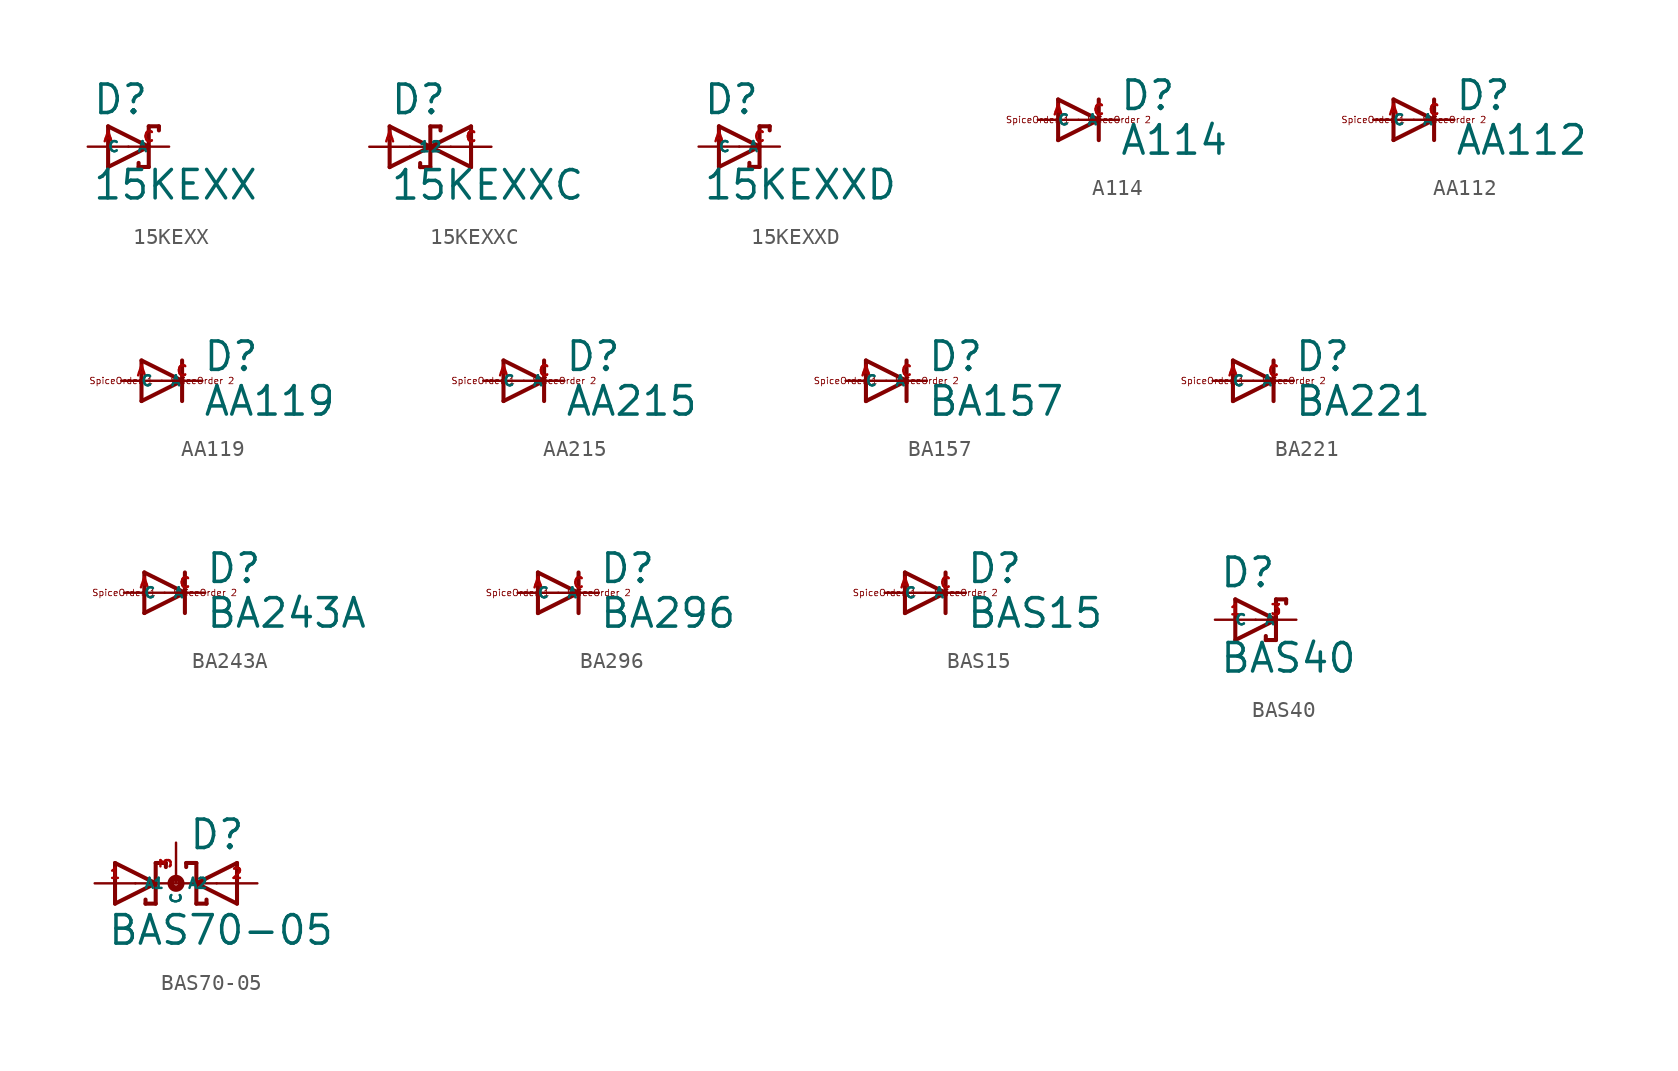
<source format=kicad_sym>
(kicad_symbol_lib
  (version 20220914)
  (generator Eagle2Kicad)
  (symbol "15KEXX"
    (property "Reference" "D"
      (at -2.286 1.905 0)
      (effects (font (size 1.778 1.778) (thickness 0.22)) (justify left bottom)))
    (property "Value" "15KEXX"
      (at -2.286 -3.429 0)
      (effects (font (size 1.778 1.778) (thickness 0.22)) (justify left bottom)))
    (polyline
      (pts (xy -1.27 -1.27) (xy 1.27 0))
      (stroke (width 0.254) (type default))
      (fill (type none)))
    (polyline
      (pts (xy 1.27 0) (xy -1.27 1.27))
      (stroke (width 0.254) (type default))
      (fill (type none)))
    (polyline
      (pts (xy 1.905 1.27) (xy 1.27 1.27))
      (stroke (width 0.254) (type default))
      (fill (type none)))
    (polyline
      (pts (xy 1.27 1.27) (xy 1.27 0))
      (stroke (width 0.254) (type default))
      (fill (type none)))
    (polyline
      (pts (xy -1.27 1.27) (xy -1.27 -1.27))
      (stroke (width 0.254) (type default))
      (fill (type none)))
    (polyline
      (pts (xy 1.27 0) (xy 1.27 -1.27))
      (stroke (width 0.254) (type default))
      (fill (type none)))
    (polyline
      (pts (xy 1.905 1.27) (xy 1.905 1.016))
      (stroke (width 0.254) (type default))
      (fill (type none)))
    (polyline
      (pts (xy 1.27 -1.27) (xy 0.635 -1.27))
      (stroke (width 0.254) (type default))
      (fill (type none)))
    (polyline
      (pts (xy 0.635 -1.016) (xy 0.635 -1.27))
      (stroke (width 0.254) (type default))
      (fill (type none)))
    (pin passive line
      (at -2.54 0 0)
      (length 2.54)
      (name "A" (effects (font (size 0.635 0.635) (thickness 0.08)) (justify left bottom)))
      (number "A" (effects (font (size 0.635 0.635) (thickness 0.08)) (justify left bottom))))
    (pin passive line
      (at 2.54 0 180)
      (length 2.54)
      (name "C" (effects (font (size 0.635 0.635) (thickness 0.08)) (justify left bottom)))
      (number "C" (effects (font (size 0.635 0.635) (thickness 0.08)) (justify left bottom)))))
  (symbol "15KEXXC"
    (property "Reference" "D"
      (at -1.27 1.905 0)
      (effects (font (size 1.778 1.778) (thickness 0.22)) (justify left bottom)))
    (property "Value" "15KEXXC"
      (at -1.27 -3.429 0)
      (effects (font (size 1.778 1.778) (thickness 0.22)) (justify left bottom)))
    (polyline
      (pts (xy -1.27 -1.27) (xy 1.27 0))
      (stroke (width 0.254) (type default))
      (fill (type none)))
    (polyline
      (pts (xy 1.27 0) (xy -1.27 1.27))
      (stroke (width 0.254) (type default))
      (fill (type none)))
    (polyline
      (pts (xy 1.905 1.27) (xy 1.27 1.27))
      (stroke (width 0.254) (type default))
      (fill (type none)))
    (polyline
      (pts (xy 1.27 1.27) (xy 1.27 0))
      (stroke (width 0.254) (type default))
      (fill (type none)))
    (polyline
      (pts (xy 0 0) (xy 1.27 0))
      (stroke (width 0.152) (type default))
      (fill (type none)))
    (polyline
      (pts (xy -1.27 1.27) (xy -1.27 -1.27))
      (stroke (width 0.254) (type default))
      (fill (type none)))
    (polyline
      (pts (xy 1.27 0) (xy 1.27 -1.27))
      (stroke (width 0.254) (type default))
      (fill (type none)))
    (polyline
      (pts (xy 1.27 -1.27) (xy 0.635 -1.27))
      (stroke (width 0.254) (type default))
      (fill (type none)))
    (polyline
      (pts (xy 3.81 1.27) (xy 3.81 -1.27))
      (stroke (width 0.254) (type default))
      (fill (type none)))
    (polyline
      (pts (xy 3.81 -1.27) (xy 1.27 0))
      (stroke (width 0.254) (type default))
      (fill (type none)))
    (polyline
      (pts (xy 1.27 0) (xy 3.81 1.27))
      (stroke (width 0.254) (type default))
      (fill (type none)))
    (polyline
      (pts (xy 1.27 0) (xy 2.54 0))
      (stroke (width 0.152) (type default))
      (fill (type none)))
    (polyline
      (pts (xy 1.905 1.27) (xy 1.905 1.016))
      (stroke (width 0.254) (type default))
      (fill (type none)))
    (polyline
      (pts (xy 0.635 -1.016) (xy 0.635 -1.27))
      (stroke (width 0.254) (type default))
      (fill (type none)))
    (pin passive line
      (at -2.54 0 0)
      (length 2.54)
      (name "1" (effects (font (size 0.635 0.635) (thickness 0.08)) (justify left bottom)))
      (number "A" (effects (font (size 0.635 0.635) (thickness 0.08)) (justify left bottom))))
    (pin passive line
      (at 5.08 0 180)
      (length 2.54)
      (name "2" (effects (font (size 0.635 0.635) (thickness 0.08)) (justify left bottom)))
      (number "C" (effects (font (size 0.635 0.635) (thickness 0.08)) (justify left bottom)))))
  (symbol "15KEXXD"
    (property "Reference" "D"
      (at -2.286 1.905 0)
      (effects (font (size 1.778 1.778) (thickness 0.22)) (justify left bottom)))
    (property "Value" "15KEXXD"
      (at -2.286 -3.429 0)
      (effects (font (size 1.778 1.778) (thickness 0.22)) (justify left bottom)))
    (polyline
      (pts (xy -1.27 -1.27) (xy 1.27 0))
      (stroke (width 0.254) (type default))
      (fill (type none)))
    (polyline
      (pts (xy 1.27 0) (xy -1.27 1.27))
      (stroke (width 0.254) (type default))
      (fill (type none)))
    (polyline
      (pts (xy 1.905 1.27) (xy 1.27 1.27))
      (stroke (width 0.254) (type default))
      (fill (type none)))
    (polyline
      (pts (xy 1.27 1.27) (xy 1.27 0))
      (stroke (width 0.254) (type default))
      (fill (type none)))
    (polyline
      (pts (xy -1.27 1.27) (xy -1.27 -1.27))
      (stroke (width 0.254) (type default))
      (fill (type none)))
    (polyline
      (pts (xy 1.27 0) (xy 1.27 -1.27))
      (stroke (width 0.254) (type default))
      (fill (type none)))
    (polyline
      (pts (xy 1.905 1.27) (xy 1.905 1.016))
      (stroke (width 0.254) (type default))
      (fill (type none)))
    (polyline
      (pts (xy 1.27 -1.27) (xy 0.635 -1.27))
      (stroke (width 0.254) (type default))
      (fill (type none)))
    (polyline
      (pts (xy 0.635 -1.016) (xy 0.635 -1.27))
      (stroke (width 0.254) (type default))
      (fill (type none)))
    (pin passive line
      (at -2.54 0 0)
      (length 2.54)
      (name "A" (effects (font (size 0.635 0.635) (thickness 0.08)) (justify left bottom)))
      (number "A" (effects (font (size 0.635 0.635) (thickness 0.08)) (justify left bottom))))
    (pin passive line
      (at 2.54 0 180)
      (length 2.54)
      (name "C" (effects (font (size 0.635 0.635) (thickness 0.08)) (justify left bottom)))
      (number "C" (effects (font (size 0.635 0.635) (thickness 0.08)) (justify left bottom)))))
  (symbol "A114"
    (property "Reference" "D"
      (at 2.54 0.483 0)
      (effects (font (size 1.778 1.778) (thickness 0.22)) (justify left bottom)))
    (property "Value" "A114"
      (at 2.54 -2.311 0)
      (effects (font (size 1.778 1.778) (thickness 0.22)) (justify left bottom)))
    (polyline
      (pts (xy -1.27 -1.27) (xy 1.27 0))
      (stroke (width 0.254) (type default))
      (fill (type none)))
    (polyline
      (pts (xy 1.27 0) (xy -1.27 1.27))
      (stroke (width 0.254) (type default))
      (fill (type none)))
    (polyline
      (pts (xy 1.27 1.27) (xy 1.27 0))
      (stroke (width 0.254) (type default))
      (fill (type none)))
    (polyline
      (pts (xy -1.27 1.27) (xy -1.27 -1.27))
      (stroke (width 0.254) (type default))
      (fill (type none)))
    (polyline
      (pts (xy 1.27 0) (xy 1.27 -1.27))
      (stroke (width 0.254) (type default))
      (fill (type none)))
    (text "SpiceOrder 1"
      (at -2.54 0 0)
      (effects (font (size 0.406 0.406) (thickness 0.05))))
    (text "SpiceOrder 2"
      (at 2.54 0 0)
      (effects (font (size 0.406 0.406) (thickness 0.05))))
    (pin passive line
      (at -2.54 0 0)
      (length 2.54)
      (name "A" (effects (font (size 0.635 0.635) (thickness 0.08)) (justify left bottom)))
      (number "A" (effects (font (size 0.635 0.635) (thickness 0.08)) (justify left bottom))))
    (pin passive line
      (at 2.54 0 180)
      (length 2.54)
      (name "C" (effects (font (size 0.635 0.635) (thickness 0.08)) (justify left bottom)))
      (number "C" (effects (font (size 0.635 0.635) (thickness 0.08)) (justify left bottom)))))
  (symbol "AA112"
    (property "Reference" "D"
      (at 2.54 0.483 0)
      (effects (font (size 1.778 1.778) (thickness 0.22)) (justify left bottom)))
    (property "Value" "AA112"
      (at 2.54 -2.311 0)
      (effects (font (size 1.778 1.778) (thickness 0.22)) (justify left bottom)))
    (polyline
      (pts (xy -1.27 -1.27) (xy 1.27 0))
      (stroke (width 0.254) (type default))
      (fill (type none)))
    (polyline
      (pts (xy 1.27 0) (xy -1.27 1.27))
      (stroke (width 0.254) (type default))
      (fill (type none)))
    (polyline
      (pts (xy 1.27 1.27) (xy 1.27 0))
      (stroke (width 0.254) (type default))
      (fill (type none)))
    (polyline
      (pts (xy -1.27 1.27) (xy -1.27 -1.27))
      (stroke (width 0.254) (type default))
      (fill (type none)))
    (polyline
      (pts (xy 1.27 0) (xy 1.27 -1.27))
      (stroke (width 0.254) (type default))
      (fill (type none)))
    (text "SpiceOrder 1"
      (at -2.54 0 0)
      (effects (font (size 0.406 0.406) (thickness 0.05))))
    (text "SpiceOrder 2"
      (at 2.54 0 0)
      (effects (font (size 0.406 0.406) (thickness 0.05))))
    (pin passive line
      (at -2.54 0 0)
      (length 2.54)
      (name "A" (effects (font (size 0.635 0.635) (thickness 0.08)) (justify left bottom)))
      (number "A" (effects (font (size 0.635 0.635) (thickness 0.08)) (justify left bottom))))
    (pin passive line
      (at 2.54 0 180)
      (length 2.54)
      (name "C" (effects (font (size 0.635 0.635) (thickness 0.08)) (justify left bottom)))
      (number "C" (effects (font (size 0.635 0.635) (thickness 0.08)) (justify left bottom)))))
  (symbol "AA119"
    (property "Reference" "D"
      (at 2.54 0.483 0)
      (effects (font (size 1.778 1.778) (thickness 0.22)) (justify left bottom)))
    (property "Value" "AA119"
      (at 2.54 -2.311 0)
      (effects (font (size 1.778 1.778) (thickness 0.22)) (justify left bottom)))
    (polyline
      (pts (xy -1.27 -1.27) (xy 1.27 0))
      (stroke (width 0.254) (type default))
      (fill (type none)))
    (polyline
      (pts (xy 1.27 0) (xy -1.27 1.27))
      (stroke (width 0.254) (type default))
      (fill (type none)))
    (polyline
      (pts (xy 1.27 1.27) (xy 1.27 0))
      (stroke (width 0.254) (type default))
      (fill (type none)))
    (polyline
      (pts (xy -1.27 1.27) (xy -1.27 -1.27))
      (stroke (width 0.254) (type default))
      (fill (type none)))
    (polyline
      (pts (xy 1.27 0) (xy 1.27 -1.27))
      (stroke (width 0.254) (type default))
      (fill (type none)))
    (text "SpiceOrder 1"
      (at -2.54 0 0)
      (effects (font (size 0.406 0.406) (thickness 0.05))))
    (text "SpiceOrder 2"
      (at 2.54 0 0)
      (effects (font (size 0.406 0.406) (thickness 0.05))))
    (pin passive line
      (at -2.54 0 0)
      (length 2.54)
      (name "A" (effects (font (size 0.635 0.635) (thickness 0.08)) (justify left bottom)))
      (number "A" (effects (font (size 0.635 0.635) (thickness 0.08)) (justify left bottom))))
    (pin passive line
      (at 2.54 0 180)
      (length 2.54)
      (name "C" (effects (font (size 0.635 0.635) (thickness 0.08)) (justify left bottom)))
      (number "C" (effects (font (size 0.635 0.635) (thickness 0.08)) (justify left bottom)))))
  (symbol "AA215"
    (property "Reference" "D"
      (at 2.54 0.483 0)
      (effects (font (size 1.778 1.778) (thickness 0.22)) (justify left bottom)))
    (property "Value" "AA215"
      (at 2.54 -2.311 0)
      (effects (font (size 1.778 1.778) (thickness 0.22)) (justify left bottom)))
    (polyline
      (pts (xy -1.27 -1.27) (xy 1.27 0))
      (stroke (width 0.254) (type default))
      (fill (type none)))
    (polyline
      (pts (xy 1.27 0) (xy -1.27 1.27))
      (stroke (width 0.254) (type default))
      (fill (type none)))
    (polyline
      (pts (xy 1.27 1.27) (xy 1.27 0))
      (stroke (width 0.254) (type default))
      (fill (type none)))
    (polyline
      (pts (xy -1.27 1.27) (xy -1.27 -1.27))
      (stroke (width 0.254) (type default))
      (fill (type none)))
    (polyline
      (pts (xy 1.27 0) (xy 1.27 -1.27))
      (stroke (width 0.254) (type default))
      (fill (type none)))
    (text "SpiceOrder 1"
      (at -2.54 0 0)
      (effects (font (size 0.406 0.406) (thickness 0.05))))
    (text "SpiceOrder 2"
      (at 2.54 0 0)
      (effects (font (size 0.406 0.406) (thickness 0.05))))
    (pin passive line
      (at -2.54 0 0)
      (length 2.54)
      (name "A" (effects (font (size 0.635 0.635) (thickness 0.08)) (justify left bottom)))
      (number "A" (effects (font (size 0.635 0.635) (thickness 0.08)) (justify left bottom))))
    (pin passive line
      (at 2.54 0 180)
      (length 2.54)
      (name "C" (effects (font (size 0.635 0.635) (thickness 0.08)) (justify left bottom)))
      (number "C" (effects (font (size 0.635 0.635) (thickness 0.08)) (justify left bottom)))))
  (symbol "BA157"
    (property "Reference" "D"
      (at 2.54 0.483 0)
      (effects (font (size 1.778 1.778) (thickness 0.22)) (justify left bottom)))
    (property "Value" "BA157"
      (at 2.54 -2.311 0)
      (effects (font (size 1.778 1.778) (thickness 0.22)) (justify left bottom)))
    (polyline
      (pts (xy -1.27 -1.27) (xy 1.27 0))
      (stroke (width 0.254) (type default))
      (fill (type none)))
    (polyline
      (pts (xy 1.27 0) (xy -1.27 1.27))
      (stroke (width 0.254) (type default))
      (fill (type none)))
    (polyline
      (pts (xy 1.27 1.27) (xy 1.27 0))
      (stroke (width 0.254) (type default))
      (fill (type none)))
    (polyline
      (pts (xy -1.27 1.27) (xy -1.27 -1.27))
      (stroke (width 0.254) (type default))
      (fill (type none)))
    (polyline
      (pts (xy 1.27 0) (xy 1.27 -1.27))
      (stroke (width 0.254) (type default))
      (fill (type none)))
    (text "SpiceOrder 1"
      (at -2.54 0 0)
      (effects (font (size 0.406 0.406) (thickness 0.05))))
    (text "SpiceOrder 2"
      (at 2.54 0 0)
      (effects (font (size 0.406 0.406) (thickness 0.05))))
    (pin passive line
      (at -2.54 0 0)
      (length 2.54)
      (name "A" (effects (font (size 0.635 0.635) (thickness 0.08)) (justify left bottom)))
      (number "A" (effects (font (size 0.635 0.635) (thickness 0.08)) (justify left bottom))))
    (pin passive line
      (at 2.54 0 180)
      (length 2.54)
      (name "C" (effects (font (size 0.635 0.635) (thickness 0.08)) (justify left bottom)))
      (number "C" (effects (font (size 0.635 0.635) (thickness 0.08)) (justify left bottom)))))
  (symbol "BA221"
    (property "Reference" "D"
      (at 2.54 0.483 0)
      (effects (font (size 1.778 1.778) (thickness 0.22)) (justify left bottom)))
    (property "Value" "BA221"
      (at 2.54 -2.311 0)
      (effects (font (size 1.778 1.778) (thickness 0.22)) (justify left bottom)))
    (polyline
      (pts (xy -1.27 -1.27) (xy 1.27 0))
      (stroke (width 0.254) (type default))
      (fill (type none)))
    (polyline
      (pts (xy 1.27 0) (xy -1.27 1.27))
      (stroke (width 0.254) (type default))
      (fill (type none)))
    (polyline
      (pts (xy 1.27 1.27) (xy 1.27 0))
      (stroke (width 0.254) (type default))
      (fill (type none)))
    (polyline
      (pts (xy -1.27 1.27) (xy -1.27 -1.27))
      (stroke (width 0.254) (type default))
      (fill (type none)))
    (polyline
      (pts (xy 1.27 0) (xy 1.27 -1.27))
      (stroke (width 0.254) (type default))
      (fill (type none)))
    (text "SpiceOrder 1"
      (at -2.54 0 0)
      (effects (font (size 0.406 0.406) (thickness 0.05))))
    (text "SpiceOrder 2"
      (at 2.54 0 0)
      (effects (font (size 0.406 0.406) (thickness 0.05))))
    (pin passive line
      (at -2.54 0 0)
      (length 2.54)
      (name "A" (effects (font (size 0.635 0.635) (thickness 0.08)) (justify left bottom)))
      (number "A" (effects (font (size 0.635 0.635) (thickness 0.08)) (justify left bottom))))
    (pin passive line
      (at 2.54 0 180)
      (length 2.54)
      (name "C" (effects (font (size 0.635 0.635) (thickness 0.08)) (justify left bottom)))
      (number "C" (effects (font (size 0.635 0.635) (thickness 0.08)) (justify left bottom)))))
  (symbol "BA243A"
    (property "Reference" "D"
      (at 2.54 0.483 0)
      (effects (font (size 1.778 1.778) (thickness 0.22)) (justify left bottom)))
    (property "Value" "BA243A"
      (at 2.54 -2.311 0)
      (effects (font (size 1.778 1.778) (thickness 0.22)) (justify left bottom)))
    (polyline
      (pts (xy -1.27 -1.27) (xy 1.27 0))
      (stroke (width 0.254) (type default))
      (fill (type none)))
    (polyline
      (pts (xy 1.27 0) (xy -1.27 1.27))
      (stroke (width 0.254) (type default))
      (fill (type none)))
    (polyline
      (pts (xy 1.27 1.27) (xy 1.27 0))
      (stroke (width 0.254) (type default))
      (fill (type none)))
    (polyline
      (pts (xy -1.27 1.27) (xy -1.27 -1.27))
      (stroke (width 0.254) (type default))
      (fill (type none)))
    (polyline
      (pts (xy 1.27 0) (xy 1.27 -1.27))
      (stroke (width 0.254) (type default))
      (fill (type none)))
    (text "SpiceOrder 1"
      (at -2.54 0 0)
      (effects (font (size 0.406 0.406) (thickness 0.05))))
    (text "SpiceOrder 2"
      (at 2.54 0 0)
      (effects (font (size 0.406 0.406) (thickness 0.05))))
    (pin passive line
      (at -2.54 0 0)
      (length 2.54)
      (name "A" (effects (font (size 0.635 0.635) (thickness 0.08)) (justify left bottom)))
      (number "A" (effects (font (size 0.635 0.635) (thickness 0.08)) (justify left bottom))))
    (pin passive line
      (at 2.54 0 180)
      (length 2.54)
      (name "C" (effects (font (size 0.635 0.635) (thickness 0.08)) (justify left bottom)))
      (number "C" (effects (font (size 0.635 0.635) (thickness 0.08)) (justify left bottom)))))
  (symbol "BA296"
    (property "Reference" "D"
      (at 2.54 0.483 0)
      (effects (font (size 1.778 1.778) (thickness 0.22)) (justify left bottom)))
    (property "Value" "BA296"
      (at 2.54 -2.311 0)
      (effects (font (size 1.778 1.778) (thickness 0.22)) (justify left bottom)))
    (polyline
      (pts (xy -1.27 -1.27) (xy 1.27 0))
      (stroke (width 0.254) (type default))
      (fill (type none)))
    (polyline
      (pts (xy 1.27 0) (xy -1.27 1.27))
      (stroke (width 0.254) (type default))
      (fill (type none)))
    (polyline
      (pts (xy 1.27 1.27) (xy 1.27 0))
      (stroke (width 0.254) (type default))
      (fill (type none)))
    (polyline
      (pts (xy -1.27 1.27) (xy -1.27 -1.27))
      (stroke (width 0.254) (type default))
      (fill (type none)))
    (polyline
      (pts (xy 1.27 0) (xy 1.27 -1.27))
      (stroke (width 0.254) (type default))
      (fill (type none)))
    (text "SpiceOrder 1"
      (at -2.54 0 0)
      (effects (font (size 0.406 0.406) (thickness 0.05))))
    (text "SpiceOrder 2"
      (at 2.54 0 0)
      (effects (font (size 0.406 0.406) (thickness 0.05))))
    (pin passive line
      (at -2.54 0 0)
      (length 2.54)
      (name "A" (effects (font (size 0.635 0.635) (thickness 0.08)) (justify left bottom)))
      (number "A" (effects (font (size 0.635 0.635) (thickness 0.08)) (justify left bottom))))
    (pin passive line
      (at 2.54 0 180)
      (length 2.54)
      (name "C" (effects (font (size 0.635 0.635) (thickness 0.08)) (justify left bottom)))
      (number "C" (effects (font (size 0.635 0.635) (thickness 0.08)) (justify left bottom)))))
  (symbol "BAS15"
    (property "Reference" "D"
      (at 2.54 0.483 0)
      (effects (font (size 1.778 1.778) (thickness 0.22)) (justify left bottom)))
    (property "Value" "BAS15"
      (at 2.54 -2.311 0)
      (effects (font (size 1.778 1.778) (thickness 0.22)) (justify left bottom)))
    (polyline
      (pts (xy -1.27 -1.27) (xy 1.27 0))
      (stroke (width 0.254) (type default))
      (fill (type none)))
    (polyline
      (pts (xy 1.27 0) (xy -1.27 1.27))
      (stroke (width 0.254) (type default))
      (fill (type none)))
    (polyline
      (pts (xy 1.27 1.27) (xy 1.27 0))
      (stroke (width 0.254) (type default))
      (fill (type none)))
    (polyline
      (pts (xy -1.27 1.27) (xy -1.27 -1.27))
      (stroke (width 0.254) (type default))
      (fill (type none)))
    (polyline
      (pts (xy 1.27 0) (xy 1.27 -1.27))
      (stroke (width 0.254) (type default))
      (fill (type none)))
    (text "SpiceOrder 1"
      (at -2.54 0 0)
      (effects (font (size 0.406 0.406) (thickness 0.05))))
    (text "SpiceOrder 2"
      (at 2.54 0 0)
      (effects (font (size 0.406 0.406) (thickness 0.05))))
    (pin passive line
      (at -2.54 0 0)
      (length 2.54)
      (name "A" (effects (font (size 0.635 0.635) (thickness 0.08)) (justify left bottom)))
      (number "A" (effects (font (size 0.635 0.635) (thickness 0.08)) (justify left bottom))))
    (pin passive line
      (at 2.54 0 180)
      (length 2.54)
      (name "C" (effects (font (size 0.635 0.635) (thickness 0.08)) (justify left bottom)))
      (number "C" (effects (font (size 0.635 0.635) (thickness 0.08)) (justify left bottom)))))
  (symbol "BAS40"
    (property "Reference" "D"
      (at -2.286 1.905 0)
      (effects (font (size 1.778 1.778) (thickness 0.22)) (justify left bottom)))
    (property "Value" "BAS40"
      (at -2.286 -3.429 0)
      (effects (font (size 1.778 1.778) (thickness 0.22)) (justify left bottom)))
    (polyline
      (pts (xy -1.27 -1.27) (xy 1.27 0))
      (stroke (width 0.254) (type default))
      (fill (type none)))
    (polyline
      (pts (xy 1.27 0) (xy -1.27 1.27))
      (stroke (width 0.254) (type default))
      (fill (type none)))
    (polyline
      (pts (xy 1.905 1.27) (xy 1.27 1.27))
      (stroke (width 0.254) (type default))
      (fill (type none)))
    (polyline
      (pts (xy 1.27 1.27) (xy 1.27 0))
      (stroke (width 0.254) (type default))
      (fill (type none)))
    (polyline
      (pts (xy -1.27 1.27) (xy -1.27 -1.27))
      (stroke (width 0.254) (type default))
      (fill (type none)))
    (polyline
      (pts (xy 1.27 0) (xy 1.27 -1.27))
      (stroke (width 0.254) (type default))
      (fill (type none)))
    (polyline
      (pts (xy 1.905 1.27) (xy 1.905 1.016))
      (stroke (width 0.254) (type default))
      (fill (type none)))
    (polyline
      (pts (xy 1.27 -1.27) (xy 0.635 -1.27))
      (stroke (width 0.254) (type default))
      (fill (type none)))
    (polyline
      (pts (xy 0.635 -1.016) (xy 0.635 -1.27))
      (stroke (width 0.254) (type default))
      (fill (type none)))
    (pin passive line
      (at -2.54 0 0)
      (length 2.54)
      (name "A" (effects (font (size 0.635 0.635) (thickness 0.08)) (justify left bottom)))
      (number "1" (effects (font (size 0.635 0.635) (thickness 0.08)) (justify left bottom))))
    (pin passive line
      (at 2.54 0 180)
      (length 2.54)
      (name "C" (effects (font (size 0.635 0.635) (thickness 0.08)) (justify left bottom)))
      (number "3" (effects (font (size 0.635 0.635) (thickness 0.08)) (justify left bottom)))))
  (symbol "BAS70-05"
    (property "Reference" "D"
      (at 0.762 2.007 0)
      (effects (font (size 1.778 1.778) (thickness 0.22)) (justify left bottom)))
    (property "Value" "BAS70-05"
      (at -4.318 -3.962 0)
      (effects (font (size 1.778 1.778) (thickness 0.22)) (justify left bottom)))
    (polyline
      (pts (xy -3.81 -1.27) (xy -1.27 0))
      (stroke (width 0.254) (type default))
      (fill (type none)))
    (polyline
      (pts (xy -1.27 0) (xy -3.81 1.27))
      (stroke (width 0.254) (type default))
      (fill (type none)))
    (polyline
      (pts (xy -2.54 0) (xy -1.27 0))
      (stroke (width 0.152) (type default))
      (fill (type none)))
    (polyline
      (pts (xy -3.81 1.27) (xy -3.81 -1.27))
      (stroke (width 0.254) (type default))
      (fill (type none)))
    (polyline
      (pts (xy 3.81 1.27) (xy 1.27 0))
      (stroke (width 0.254) (type default))
      (fill (type none)))
    (polyline
      (pts (xy 1.27 0) (xy 3.81 -1.27))
      (stroke (width 0.254) (type default))
      (fill (type none)))
    (polyline
      (pts (xy 2.54 0) (xy 1.27 0))
      (stroke (width 0.152) (type default))
      (fill (type none)))
    (polyline
      (pts (xy 3.81 -1.27) (xy 3.81 1.27))
      (stroke (width 0.254) (type default))
      (fill (type none)))
    (polyline
      (pts (xy -0.635 1.016) (xy -0.635 1.27))
      (stroke (width 0.254) (type default))
      (fill (type none)))
    (polyline
      (pts (xy -0.635 1.27) (xy -1.27 1.27))
      (stroke (width 0.254) (type default))
      (fill (type none)))
    (polyline
      (pts (xy -1.27 1.27) (xy -1.27 0))
      (stroke (width 0.254) (type default))
      (fill (type none)))
    (polyline
      (pts (xy -1.905 -1.016) (xy -1.905 -1.27))
      (stroke (width 0.254) (type default))
      (fill (type none)))
    (polyline
      (pts (xy -1.27 0) (xy -1.27 -1.27))
      (stroke (width 0.254) (type default))
      (fill (type none)))
    (polyline
      (pts (xy -1.27 -1.27) (xy -1.905 -1.27))
      (stroke (width 0.254) (type default))
      (fill (type none)))
    (polyline
      (pts (xy 1.905 -1.016) (xy 1.905 -1.27))
      (stroke (width 0.254) (type default))
      (fill (type none)))
    (polyline
      (pts (xy 1.905 -1.27) (xy 1.27 -1.27))
      (stroke (width 0.254) (type default))
      (fill (type none)))
    (polyline
      (pts (xy 1.27 -1.27) (xy 1.27 0))
      (stroke (width 0.254) (type default))
      (fill (type none)))
    (polyline
      (pts (xy 0.635 1.016) (xy 0.635 1.27))
      (stroke (width 0.254) (type default))
      (fill (type none)))
    (polyline
      (pts (xy 1.27 0) (xy 1.27 1.27))
      (stroke (width 0.254) (type default))
      (fill (type none)))
    (polyline
      (pts (xy 1.27 1.27) (xy 0.635 1.27))
      (stroke (width 0.254) (type default))
      (fill (type none)))
    (polyline
      (pts (xy -1.27 0) (xy 1.27 0))
      (stroke (width 0.152) (type default))
      (fill (type none)))
    (circle
      (center 0 0)
      (radius 0.127)
      (stroke (width 0.406) (type default))
      (fill (type none)))
    (pin passive line
      (at -5.08 0 0)
      (length 2.54)
      (name "A1" (effects (font (size 0.635 0.635) (thickness 0.08)) (justify left bottom)))
      (number "1" (effects (font (size 0.635 0.635) (thickness 0.08)) (justify left bottom))))
    (pin passive line
      (at 5.08 0 180)
      (length 2.54)
      (name "A2" (effects (font (size 0.635 0.635) (thickness 0.08)) (justify left bottom)))
      (number "2" (effects (font (size 0.635 0.635) (thickness 0.08)) (justify left bottom))))
    (pin passive line
      (at 0 2.54 270)
      (length 2.54)
      (name "C" (effects (font (size 0.635 0.635) (thickness 0.08)) (justify left bottom)))
      (number "3" (effects (font (size 0.635 0.635) (thickness 0.08)) (justify left bottom))))))
</source>
